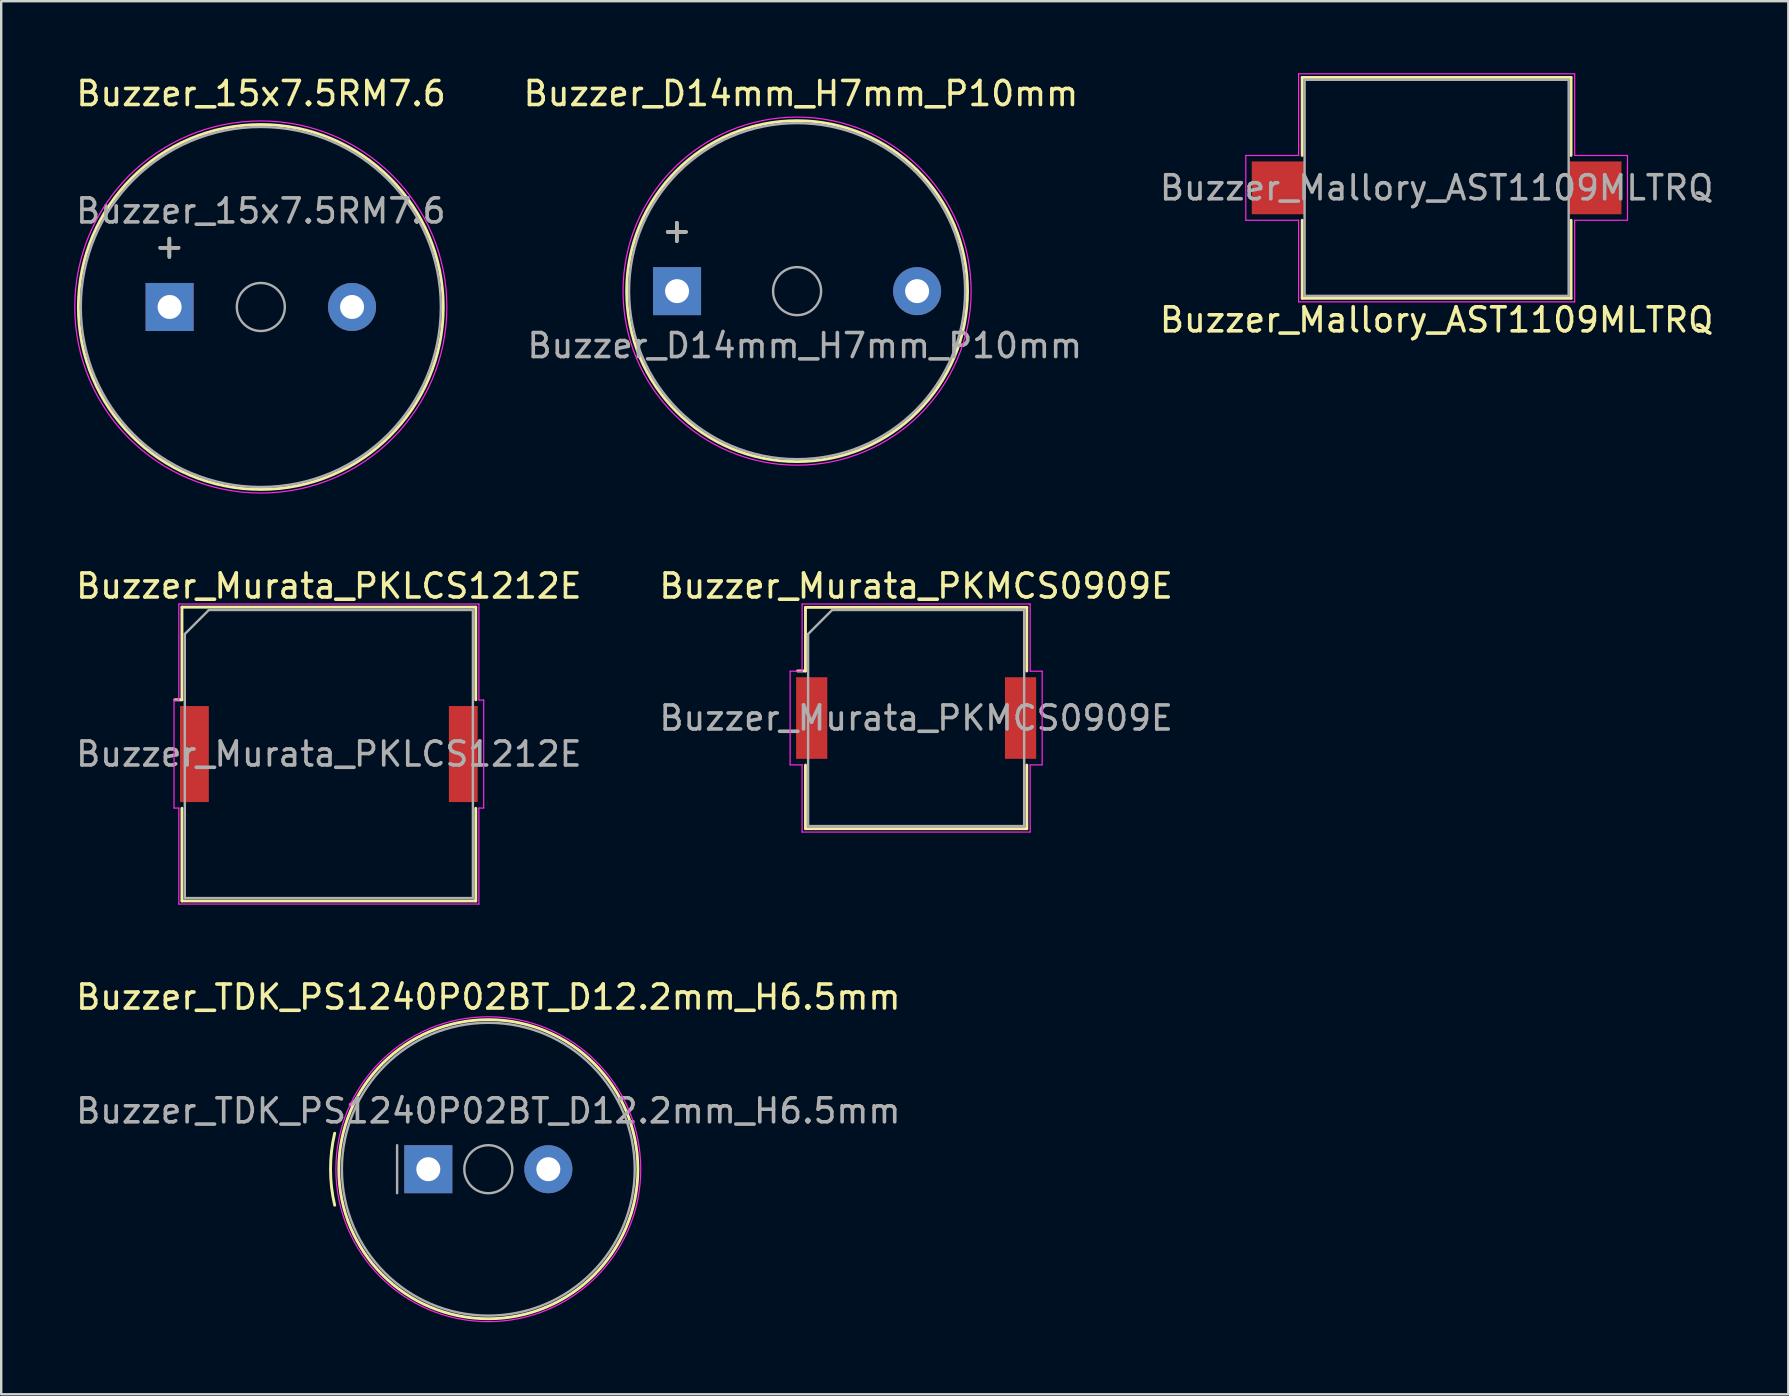
<source format=kicad_pcb>
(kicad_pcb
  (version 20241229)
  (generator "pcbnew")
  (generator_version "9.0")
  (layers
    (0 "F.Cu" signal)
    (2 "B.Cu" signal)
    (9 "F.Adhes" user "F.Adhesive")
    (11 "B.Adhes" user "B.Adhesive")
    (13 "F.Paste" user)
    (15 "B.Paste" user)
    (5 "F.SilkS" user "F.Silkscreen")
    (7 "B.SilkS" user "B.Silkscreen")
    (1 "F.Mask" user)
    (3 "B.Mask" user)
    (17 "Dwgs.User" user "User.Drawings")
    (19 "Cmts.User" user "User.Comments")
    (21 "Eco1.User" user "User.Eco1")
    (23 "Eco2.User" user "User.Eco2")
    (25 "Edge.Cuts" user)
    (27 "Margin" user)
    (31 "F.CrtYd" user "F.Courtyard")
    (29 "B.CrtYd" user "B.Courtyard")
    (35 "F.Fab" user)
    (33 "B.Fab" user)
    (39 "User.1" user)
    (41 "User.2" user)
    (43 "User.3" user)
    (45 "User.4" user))
  (footprint "Buzzer_Murata_PKMCS0909E"
    (layer "F.Cu")
    (at 35.113 26.861)
    (property "Reference" "Buzzer_Murata_PKMCS0909E" (at 0 -5.5 0) (layer "F.SilkS") (effects (font (size 1 1) (thickness 0.15))))
    (attr smd)
    (fp_line (start -4.61 -4.61) (end 4.61 -4.61) (stroke (width 0.12) (type solid)) (layer "F.SilkS"))
    (fp_line (start -4.61 -1.96) (end -4.94 -1.96) (stroke (width 0.12) (type solid)) (layer "F.SilkS"))
    (fp_line (start -4.61 -1.96) (end -4.61 -4.61) (stroke (width 0.12) (type solid)) (layer "F.SilkS"))
    (fp_line (start -4.61 4.61) (end -4.61 1.96) (stroke (width 0.12) (type solid)) (layer "F.SilkS"))
    (fp_line (start 4.61 -4.61) (end 4.61 -1.96) (stroke (width 0.12) (type solid)) (layer "F.SilkS"))
    (fp_line (start 4.61 1.96) (end 4.61 4.61) (stroke (width 0.12) (type solid)) (layer "F.SilkS"))
    (fp_line (start 4.61 4.61) (end -4.61 4.61) (stroke (width 0.12) (type solid)) (layer "F.SilkS"))
    (fp_line (start -5.25 1.95) (end -5.25 -1.95) (stroke (width 0.05) (type solid)) (layer "F.CrtYd"))
    (fp_line (start -4.75 -4.75) (end 4.75 -4.75) (stroke (width 0.05) (type solid)) (layer "F.CrtYd"))
    (fp_line (start -4.75 -1.95) (end -5.25 -1.95) (stroke (width 0.05) (type solid)) (layer "F.CrtYd"))
    (fp_line (start -4.75 -1.95) (end -4.75 -4.75) (stroke (width 0.05) (type solid)) (layer "F.CrtYd"))
    (fp_line (start -4.75 1.95) (end -5.25 1.95) (stroke (width 0.05) (type solid)) (layer "F.CrtYd"))
    (fp_line (start -4.75 4.75) (end -4.75 1.95) (stroke (width 0.05) (type solid)) (layer "F.CrtYd"))
    (fp_line (start 4.75 -1.95) (end 4.75 -4.75) (stroke (width 0.05) (type solid)) (layer "F.CrtYd"))
    (fp_line (start 4.75 -1.95) (end 5.25 -1.95) (stroke (width 0.05) (type solid)) (layer "F.CrtYd"))
    (fp_line (start 4.75 1.95) (end 5.25 1.95) (stroke (width 0.05) (type solid)) (layer "F.CrtYd"))
    (fp_line (start 4.75 4.75) (end -4.75 4.75) (stroke (width 0.05) (type solid)) (layer "F.CrtYd"))
    (fp_line (start 4.75 4.75) (end 4.75 1.95) (stroke (width 0.05) (type solid)) (layer "F.CrtYd"))
    (fp_line (start 5.25 1.95) (end 5.25 -1.95) (stroke (width 0.05) (type solid)) (layer "F.CrtYd"))
    (fp_line (start -4.5 -3.5) (end -3.5 -4.5) (stroke (width 0.1) (type solid)) (layer "F.Fab"))
    (fp_line (start -4.5 4.5) (end -4.5 -3.5) (stroke (width 0.1) (type solid)) (layer "F.Fab"))
    (fp_line (start -3.5 -4.5) (end 4.5 -4.5) (stroke (width 0.1) (type solid)) (layer "F.Fab"))
    (fp_line (start 4.5 -4.5) (end 4.5 4.5) (stroke (width 0.1) (type solid)) (layer "F.Fab"))
    (fp_line (start 4.5 4.5) (end -4.5 4.5) (stroke (width 0.1) (type solid)) (layer "F.Fab"))
    (fp_text user "${REFERENCE}" (at 0 0 0) (layer "F.Fab") (effects (font (size 1 1) (thickness 0.15))))
    (pad "1" smd rect (at -4.35 0) (size 1.3 3.4) (layers "F.Cu" "F.Mask" "F.Paste"))
    (pad "2" smd rect (at 4.35 0) (size 1.3 3.4) (layers "F.Cu" "F.Mask" "F.Paste")))
  (footprint "Buzzer_15x7.5RM7.6"
    (layer "F.Cu")
    (at 4.015 9.738)
    (property "Reference" "Buzzer_15x7.5RM7.6" (at 3.81 -8.89 0) (layer "F.SilkS") (effects (font (size 1 1) (thickness 0.15))))
    (attr through_hole)
    (fp_circle (center 3.8 0) (end 11.4 0) (stroke (width 0.12) (type solid)) (fill no) (layer "F.SilkS"))
    (fp_circle (center 3.8 0) (end 11.55 0) (stroke (width 0.05) (type solid)) (fill no) (layer "F.CrtYd"))
    (fp_circle (center 3.8 0) (end 4.8 0) (stroke (width 0.1) (type solid)) (fill no) (layer "F.Fab"))
    (fp_circle (center 3.8 0) (end 11.3 0) (stroke (width 0.1) (type solid)) (fill no) (layer "F.Fab"))
    (fp_text user "+" (at -0.01 -2.54 0) (layer "F.SilkS") (effects (font (size 1 1) (thickness 0.15))))
    (fp_text user "${REFERENCE}" (at 3.8 -4 0) (layer "F.Fab") (effects (font (size 1 1) (thickness 0.15))))
    (fp_text user "+" (at -0.01 -2.54 0) (layer "F.Fab") (effects (font (size 1 1) (thickness 0.15))))
    (pad "1" thru_hole rect (at 0 0) (size 2 2) (drill 1) (layers "*.Cu" "*.Mask"))
    (pad "2" thru_hole circle (at 7.6 0) (size 2 2) (drill 1) (layers "*.Cu" "*.Mask")))
  (footprint "Buzzer_Mallory_AST1109MLTRQ"
    (layer "F.Cu")
    (at 56.795 4.775)
    (property "Reference" "Buzzer_Mallory_AST1109MLTRQ" (at 0 5.5 180) (layer "F.SilkS") (effects (font (size 1 1) (thickness 0.15))))
    (attr smd)
    (fp_line (start -5.6 -4.6) (end 5.6 -4.6) (stroke (width 0.12) (type solid)) (layer "F.SilkS"))
    (fp_line (start -5.6 -1.35) (end -5.6 -4.6) (stroke (width 0.12) (type solid)) (layer "F.SilkS"))
    (fp_line (start -5.6 4.6) (end -5.6 1.35) (stroke (width 0.12) (type solid)) (layer "F.SilkS"))
    (fp_line (start 5.6 -4.6) (end 5.6 -1.35) (stroke (width 0.12) (type solid)) (layer "F.SilkS"))
    (fp_line (start 5.6 1.35) (end 5.6 4.6) (stroke (width 0.12) (type solid)) (layer "F.SilkS"))
    (fp_line (start 5.6 4.6) (end -5.6 4.6) (stroke (width 0.12) (type solid)) (layer "F.SilkS"))
    (fp_line (start -7.95 -1.35) (end -5.75 -1.35) (stroke (width 0.05) (type solid)) (layer "F.CrtYd"))
    (fp_line (start -7.95 1.35) (end -7.95 -1.35) (stroke (width 0.05) (type solid)) (layer "F.CrtYd"))
    (fp_line (start -5.75 -4.75) (end 5.75 -4.75) (stroke (width 0.05) (type solid)) (layer "F.CrtYd"))
    (fp_line (start -5.75 -1.35) (end -5.75 -4.75) (stroke (width 0.05) (type solid)) (layer "F.CrtYd"))
    (fp_line (start -5.75 1.35) (end -7.95 1.35) (stroke (width 0.05) (type solid)) (layer "F.CrtYd"))
    (fp_line (start -5.75 4.75) (end -5.75 1.35) (stroke (width 0.05) (type solid)) (layer "F.CrtYd"))
    (fp_line (start 5.75 -4.75) (end 5.75 -1.35) (stroke (width 0.05) (type solid)) (layer "F.CrtYd"))
    (fp_line (start 5.75 -1.35) (end 7.95 -1.35) (stroke (width 0.05) (type solid)) (layer "F.CrtYd"))
    (fp_line (start 5.75 1.35) (end 5.75 4.75) (stroke (width 0.05) (type solid)) (layer "F.CrtYd"))
    (fp_line (start 5.75 4.75) (end -5.75 4.75) (stroke (width 0.05) (type solid)) (layer "F.CrtYd"))
    (fp_line (start 7.95 -1.35) (end 7.95 1.35) (stroke (width 0.05) (type solid)) (layer "F.CrtYd"))
    (fp_line (start 7.95 1.35) (end 5.75 1.35) (stroke (width 0.05) (type solid)) (layer "F.CrtYd"))
    (fp_line (start -5.5 -4.5) (end 5.5 -4.5) (stroke (width 0.1) (type solid)) (layer "F.Fab"))
    (fp_line (start -5.5 4.5) (end -5.5 -4.5) (stroke (width 0.1) (type solid)) (layer "F.Fab"))
    (fp_line (start 5.5 -4.5) (end 5.5 4.5) (stroke (width 0.1) (type solid)) (layer "F.Fab"))
    (fp_line (start 5.5 4.5) (end -5.5 4.5) (stroke (width 0.1) (type solid)) (layer "F.Fab"))
    (fp_text user "${REFERENCE}" (at 0 0 180) (layer "F.Fab") (effects (font (size 1 1) (thickness 0.15))))
    (pad "1" smd rect (at -6.6 0) (size 2.2 2.2) (layers "F.Cu" "F.Mask" "F.Paste"))
    (pad "2" smd rect (at 6.6 0) (size 2.2 2.2) (layers "F.Cu" "F.Mask" "F.Paste")))
  (footprint "Buzzer_TDK_PS1240P02BT_D12.2mm_H6.5mm"
    (layer "F.Cu")
    (at 14.792 45.655)
    (property "Reference" "Buzzer_TDK_PS1240P02BT_D12.2mm_H6.5mm" (at 2.5 -7.17 0) (layer "F.SilkS") (effects (font (size 1 1) (thickness 0.15))))
    (attr through_hole)
    (fp_arc (start -3.9 1.499999) (mid -4.073431 0) (end -3.9 -1.5) (stroke (width 0.12) (type solid)) (layer "F.SilkS"))
    (fp_circle (center 2.5 0) (end 8.73 0) (stroke (width 0.12) (type solid)) (fill no) (layer "F.SilkS"))
    (fp_circle (center 2.5 0) (end 8.85 0) (stroke (width 0.05) (type solid)) (fill no) (layer "F.CrtYd"))
    (fp_line (start -1.3 -1) (end -1.3 1) (stroke (width 0.1) (type solid)) (layer "F.Fab"))
    (fp_circle (center 2.5 0) (end 3.5 0) (stroke (width 0.1) (type solid)) (fill no) (layer "F.Fab"))
    (fp_circle (center 2.5 0) (end 8.6 0) (stroke (width 0.1) (type solid)) (fill no) (layer "F.Fab"))
    (fp_text user "${REFERENCE}" (at 2.5 -2.43 0) (layer "F.Fab") (effects (font (size 1 1) (thickness 0.15))))
    (pad "1" thru_hole rect (at 0 0) (size 2 2) (drill 1) (layers "*.Cu" "*.Mask"))
    (pad "2" thru_hole circle (at 5 0) (size 2 2) (drill 1) (layers "*.Cu" "*.Mask")))
  (footprint "Buzzer_Murata_PKLCS1212E"
    (layer "F.Cu")
    (at 10.649 28.361)
    (property "Reference" "Buzzer_Murata_PKLCS1212E" (at 0 -7 0) (layer "F.SilkS") (effects (font (size 1 1) (thickness 0.15))))
    (attr smd)
    (fp_line (start -6.12 -6.12) (end 6.12 -6.12) (stroke (width 0.12) (type solid)) (layer "F.SilkS"))
    (fp_line (start -6.12 -2.26) (end -6.42 -2.26) (stroke (width 0.12) (type solid)) (layer "F.SilkS"))
    (fp_line (start -6.12 -2.26) (end -6.12 -6.12) (stroke (width 0.12) (type solid)) (layer "F.SilkS"))
    (fp_line (start -6.12 6.12) (end -6.12 2.26) (stroke (width 0.12) (type solid)) (layer "F.SilkS"))
    (fp_line (start 6.12 -6.12) (end 6.12 -2.26) (stroke (width 0.12) (type solid)) (layer "F.SilkS"))
    (fp_line (start 6.12 2.26) (end 6.12 6.12) (stroke (width 0.12) (type solid)) (layer "F.SilkS"))
    (fp_line (start 6.12 6.12) (end -6.12 6.12) (stroke (width 0.12) (type solid)) (layer "F.SilkS"))
    (fp_line (start -6.45 2.25) (end -6.45 -2.25) (stroke (width 0.05) (type solid)) (layer "F.CrtYd"))
    (fp_line (start -6.25 -6.25) (end 6.25 -6.25) (stroke (width 0.05) (type solid)) (layer "F.CrtYd"))
    (fp_line (start -6.25 -2.25) (end -6.45 -2.25) (stroke (width 0.05) (type solid)) (layer "F.CrtYd"))
    (fp_line (start -6.25 -2.25) (end -6.25 -6.25) (stroke (width 0.05) (type solid)) (layer "F.CrtYd"))
    (fp_line (start -6.25 2.25) (end -6.45 2.25) (stroke (width 0.05) (type solid)) (layer "F.CrtYd"))
    (fp_line (start -6.25 6.25) (end -6.25 2.25) (stroke (width 0.05) (type solid)) (layer "F.CrtYd"))
    (fp_line (start 6.25 -2.25) (end 6.25 -6.25) (stroke (width 0.05) (type solid)) (layer "F.CrtYd"))
    (fp_line (start 6.25 -2.25) (end 6.45 -2.25) (stroke (width 0.05) (type solid)) (layer "F.CrtYd"))
    (fp_line (start 6.25 2.25) (end 6.45 2.25) (stroke (width 0.05) (type solid)) (layer "F.CrtYd"))
    (fp_line (start 6.25 6.25) (end -6.25 6.25) (stroke (width 0.05) (type solid)) (layer "F.CrtYd"))
    (fp_line (start 6.25 6.25) (end 6.25 2.25) (stroke (width 0.05) (type solid)) (layer "F.CrtYd"))
    (fp_line (start 6.45 2.25) (end 6.45 -2.25) (stroke (width 0.05) (type solid)) (layer "F.CrtYd"))
    (fp_line (start -6 -5) (end -5 -6) (stroke (width 0.1) (type solid)) (layer "F.Fab"))
    (fp_line (start -6 6) (end -6 -5) (stroke (width 0.1) (type solid)) (layer "F.Fab"))
    (fp_line (start -5 -6) (end 6 -6) (stroke (width 0.1) (type solid)) (layer "F.Fab"))
    (fp_line (start 6 -6) (end 6 6) (stroke (width 0.1) (type solid)) (layer "F.Fab"))
    (fp_line (start 6 6) (end -6 6) (stroke (width 0.1) (type solid)) (layer "F.Fab"))
    (fp_text user "${REFERENCE}" (at 0 0 0) (layer "F.Fab") (effects (font (size 1 1) (thickness 0.15))))
    (pad "1" smd rect (at -5.6 0) (size 1.2 4) (layers "F.Cu" "F.Mask" "F.Paste"))
    (pad "2" smd rect (at 5.6 0) (size 1.2 4) (layers "F.Cu" "F.Mask" "F.Paste")))
  (footprint "Buzzer_D14mm_H7mm_P10mm"
    (layer "F.Cu")
    (at 25.154 9.078)
    (property "Reference" "Buzzer_D14mm_H7mm_P10mm" (at 5.16 -8.23 0) (layer "F.SilkS") (effects (font (size 1 1) (thickness 0.15))))
    (attr through_hole)
    (fp_circle (center 5 0) (end 12.1 0) (stroke (width 0.12) (type solid)) (fill no) (layer "F.SilkS"))
    (fp_circle (center 5 0) (end 12.25 0) (stroke (width 0.05) (type solid)) (fill no) (layer "F.CrtYd"))
    (fp_circle (center 5 0) (end 6 0) (stroke (width 0.1) (type solid)) (fill no) (layer "F.Fab"))
    (fp_circle (center 5 0) (end 12 0) (stroke (width 0.1) (type solid)) (fill no) (layer "F.Fab"))
    (fp_text user "+" (at -0.01 -2.54 0) (layer "F.SilkS") (effects (font (size 1 1) (thickness 0.15))))
    (fp_text user "+" (at -0.01 -2.54 0) (layer "F.Fab") (effects (font (size 1 1) (thickness 0.15))))
    (fp_text user "${REFERENCE}" (at 5.32 2.27 0) (layer "F.Fab") (effects (font (size 1 1) (thickness 0.15))))
    (pad "1" thru_hole rect (at 0 0) (size 2 2) (drill 1) (layers "*.Cu" "*.Mask"))
    (pad "2" thru_hole circle (at 10 0) (size 2 2) (drill 1) (layers "*.Cu" "*.Mask")))
  (gr_rect
    (start -3 -3)
    (end 71.444 55.03)
    (stroke (width 0.1) (type default))
    (fill no)
    (layer "Edge.Cuts")))
</source>
